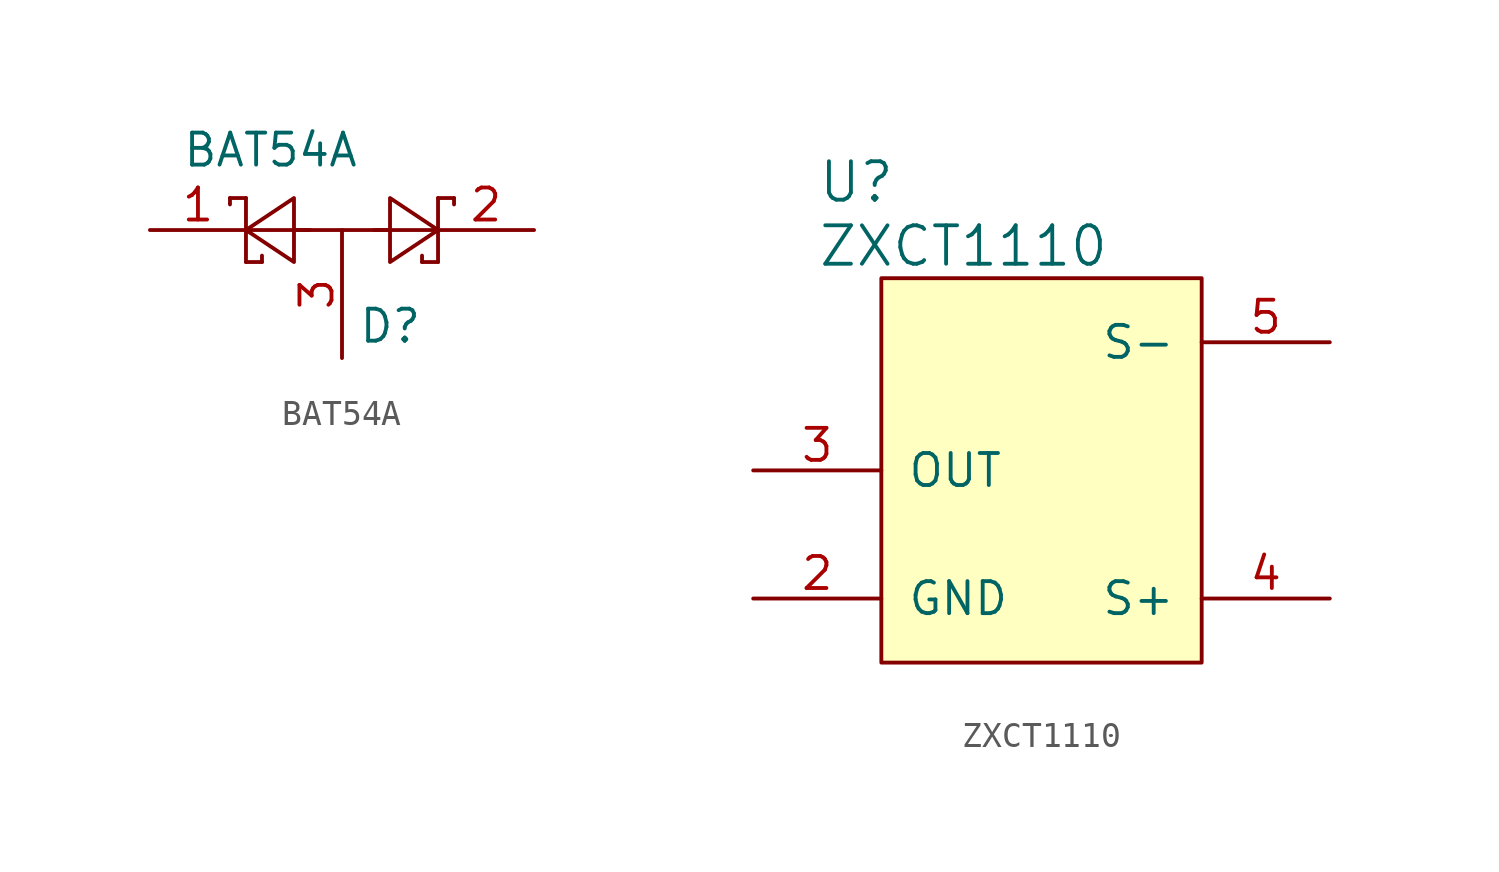
<source format=kicad_sym>
(kicad_symbol_lib
  (version 20211014)
  (generator kicad_symbol_editor)
  (symbol "BAT54A"
    (pin_names
      (offset 1.016))
    (property "Reference" "D"
      (at 0.635 -3.81 0)
      (effects (font (size 1.27 1.27)) (justify left)))
    (property "Value" "BAT54A"
      (at -6.35 3.175 0)
      (effects (font (size 1.27 1.27)) (justify left)))
    (symbol "BAT54A_0_1"
      (polyline (pts (xy -4.445 1.27) (xy -4.445 1.016)) (stroke (width 0) (type default)) (fill (type none)))
      (polyline (pts (xy -3.81 -1.27) (xy -3.81 1.27)) (stroke (width 0) (type default)) (fill (type none)))
      (polyline (pts (xy -3.81 -1.27) (xy -3.175 -1.27)) (stroke (width 0) (type default)) (fill (type none)))
      (polyline (pts (xy -3.81 0) (xy -1.27 0)) (stroke (width 0) (type default)) (fill (type none)))
      (polyline (pts (xy -3.81 1.27) (xy -4.445 1.27)) (stroke (width 0) (type default)) (fill (type none)))
      (polyline (pts (xy -3.175 -1.27) (xy -3.175 -1.016)) (stroke (width 0) (type default)) (fill (type none)))
      (polyline (pts (xy -1.905 0) (xy 1.905 0)) (stroke (width 0) (type default)) (fill (type none)))
      (polyline (pts (xy 1.27 0) (xy 3.81 0)) (stroke (width 0) (type default)) (fill (type none)))
      (polyline (pts (xy 3.175 -1.27) (xy 3.175 -1.016)) (stroke (width 0) (type default)) (fill (type none)))
      (polyline (pts (xy 3.81 -1.27) (xy 3.175 -1.27)) (stroke (width 0) (type default)) (fill (type none)))
      (polyline (pts (xy 3.81 -1.27) (xy 3.81 1.27)) (stroke (width 0) (type default)) (fill (type none)))
      (polyline (pts (xy 3.81 1.27) (xy 4.445 1.27)) (stroke (width 0) (type default)) (fill (type none)))
      (polyline (pts (xy 4.445 1.27) (xy 4.445 1.016)) (stroke (width 0) (type default)) (fill (type none)))
      (polyline (pts (xy -1.905 1.27) (xy -1.905 -1.27) (xy -3.81 0) (xy -1.905 1.27)) (stroke (width 0) (type default)) (fill (type none)))
      (polyline (pts (xy 1.905 1.27) (xy 1.905 -1.27) (xy 3.81 0) (xy 1.905 1.27)) (stroke (width 0) (type default)) (fill (type none))))
    (symbol "BAT54A_1_1"
      (pin passive line (at -7.62 0 0) (length 3.81) (name "~" (effects (font (size 1.27 1.27)))) (number "1" (effects (font (size 1.27 1.27)))))
      (pin passive line (at 7.62 0 180) (length 3.81) (name "~" (effects (font (size 1.27 1.27)))) (number "2" (effects (font (size 1.27 1.27)))))
      (pin passive line (at 0 -5.08 90) (length 5.08) (name "~" (effects (font (size 1.27 1.27)))) (number "3" (effects (font (size 1.27 1.27)))))))
  (symbol "ZXCT1110"
    (pin_names
      (offset 1.016))
    (property "Reference" "U"
      (at -8.89 3.81 0)
      (effects (font (size 1.524 1.524)) (justify left)))
    (property "Value" "ZXCT1110"
      (at -8.89 1.27 0)
      (effects (font (size 1.524 1.524)) (justify left)))
    (symbol "ZXCT1110_0_1"
      (rectangle (start -6.35 0) (end 6.35 -15.24) (stroke (width 0) (type default)) (fill (type background))))
    (symbol "ZXCT1110_1_1"
      (pin no_connect line (at -11.43 -2.54 0) (length 5.08) hide (name "NC" (effects (font (size 1.27 1.27)))) (number "1" (effects (font (size 1.27 1.27)))))
      (pin power_in line (at -11.43 -12.7 0) (length 5.08) (name "GND" (effects (font (size 1.27 1.27)))) (number "2" (effects (font (size 1.27 1.27)))))
      (pin input line (at -11.43 -7.62 0) (length 5.08) (name "OUT" (effects (font (size 1.27 1.27)))) (number "3" (effects (font (size 1.27 1.27)))))
      (pin input line (at 11.43 -12.7 180) (length 5.08) (name "S+" (effects (font (size 1.27 1.27)))) (number "4" (effects (font (size 1.27 1.27)))))
      (pin input line (at 11.43 -2.54 180) (length 5.08) (name "S-" (effects (font (size 1.27 1.27)))) (number "5" (effects (font (size 1.27 1.27))))))))
</source>
